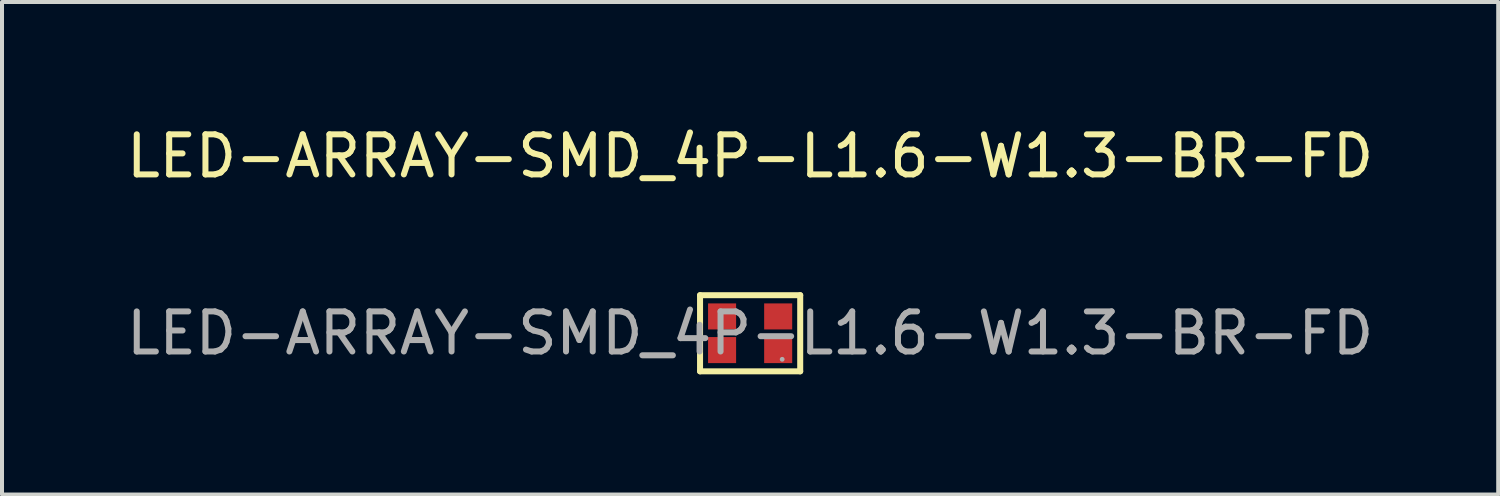
<source format=kicad_pcb>
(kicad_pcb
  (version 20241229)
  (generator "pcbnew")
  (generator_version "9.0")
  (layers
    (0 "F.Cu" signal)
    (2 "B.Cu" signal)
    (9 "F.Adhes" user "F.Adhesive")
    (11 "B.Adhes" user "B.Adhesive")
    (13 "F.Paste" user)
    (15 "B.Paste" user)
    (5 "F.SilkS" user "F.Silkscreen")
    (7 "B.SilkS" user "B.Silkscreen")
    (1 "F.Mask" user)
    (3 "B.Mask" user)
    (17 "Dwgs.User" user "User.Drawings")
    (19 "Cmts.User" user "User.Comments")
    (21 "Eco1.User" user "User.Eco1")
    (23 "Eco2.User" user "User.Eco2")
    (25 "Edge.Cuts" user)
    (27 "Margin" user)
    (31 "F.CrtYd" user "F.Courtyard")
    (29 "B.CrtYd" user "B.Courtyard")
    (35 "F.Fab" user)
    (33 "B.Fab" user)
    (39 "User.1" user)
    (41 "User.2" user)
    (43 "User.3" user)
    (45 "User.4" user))
  (footprint "LED-ARRAY-SMD_4P-L1.6-W1.3-BR-FD"
    (layer "F.Cu")
    (at 15.673 5.268)
    (property "Reference" "LED-ARRAY-SMD_4P-L1.6-W1.3-BR-FD" (at 0 -4.42 0) (layer "F.SilkS") (effects (font (size 1 1) (thickness 0.15))))
    (attr smd)
    (fp_line (start -1.25 -0.95) (end -1.25 0.95) (stroke (width 0.15) (type solid)) (layer "F.SilkS"))
    (fp_line (start -1.25 -0.95) (end 1.25 -0.95) (stroke (width 0.15) (type solid)) (layer "F.SilkS"))
    (fp_line (start -1.25 0.95) (end 1.25 0.95) (stroke (width 0.15) (type solid)) (layer "F.SilkS"))
    (fp_line (start 1.25 -0.95) (end 1.25 0.95) (stroke (width 0.15) (type solid)) (layer "F.SilkS"))
    (fp_circle (center 0.8 0.65) (end 0.83 0.65) (stroke (width 0.06) (type solid)) (fill no) (layer "F.Fab"))
    (fp_text user "${REFERENCE}" (at 0 0 0) (layer "F.Fab") (effects (font (size 1 1) (thickness 0.15))))
    (pad "1" smd rect (at 0.7 0.42) (size 0.7 0.65) (layers "F.Cu" "F.Mask" "F.Paste"))
    (pad "2" smd rect (at -0.7 0.42) (size 0.7 0.65) (layers "F.Cu" "F.Mask" "F.Paste"))
    (pad "3" smd rect (at 0.7 -0.42) (size 0.7 0.65) (layers "F.Cu" "F.Mask" "F.Paste"))
    (pad "4" smd rect (at -0.7 -0.42) (size 0.7 0.65) (layers "F.Cu" "F.Mask" "F.Paste")))
  (gr_rect
    (start -3 -3)
    (end 34.345 9.293)
    (stroke (width 0.1) (type default))
    (fill no)
    (layer "Edge.Cuts")))
</source>
